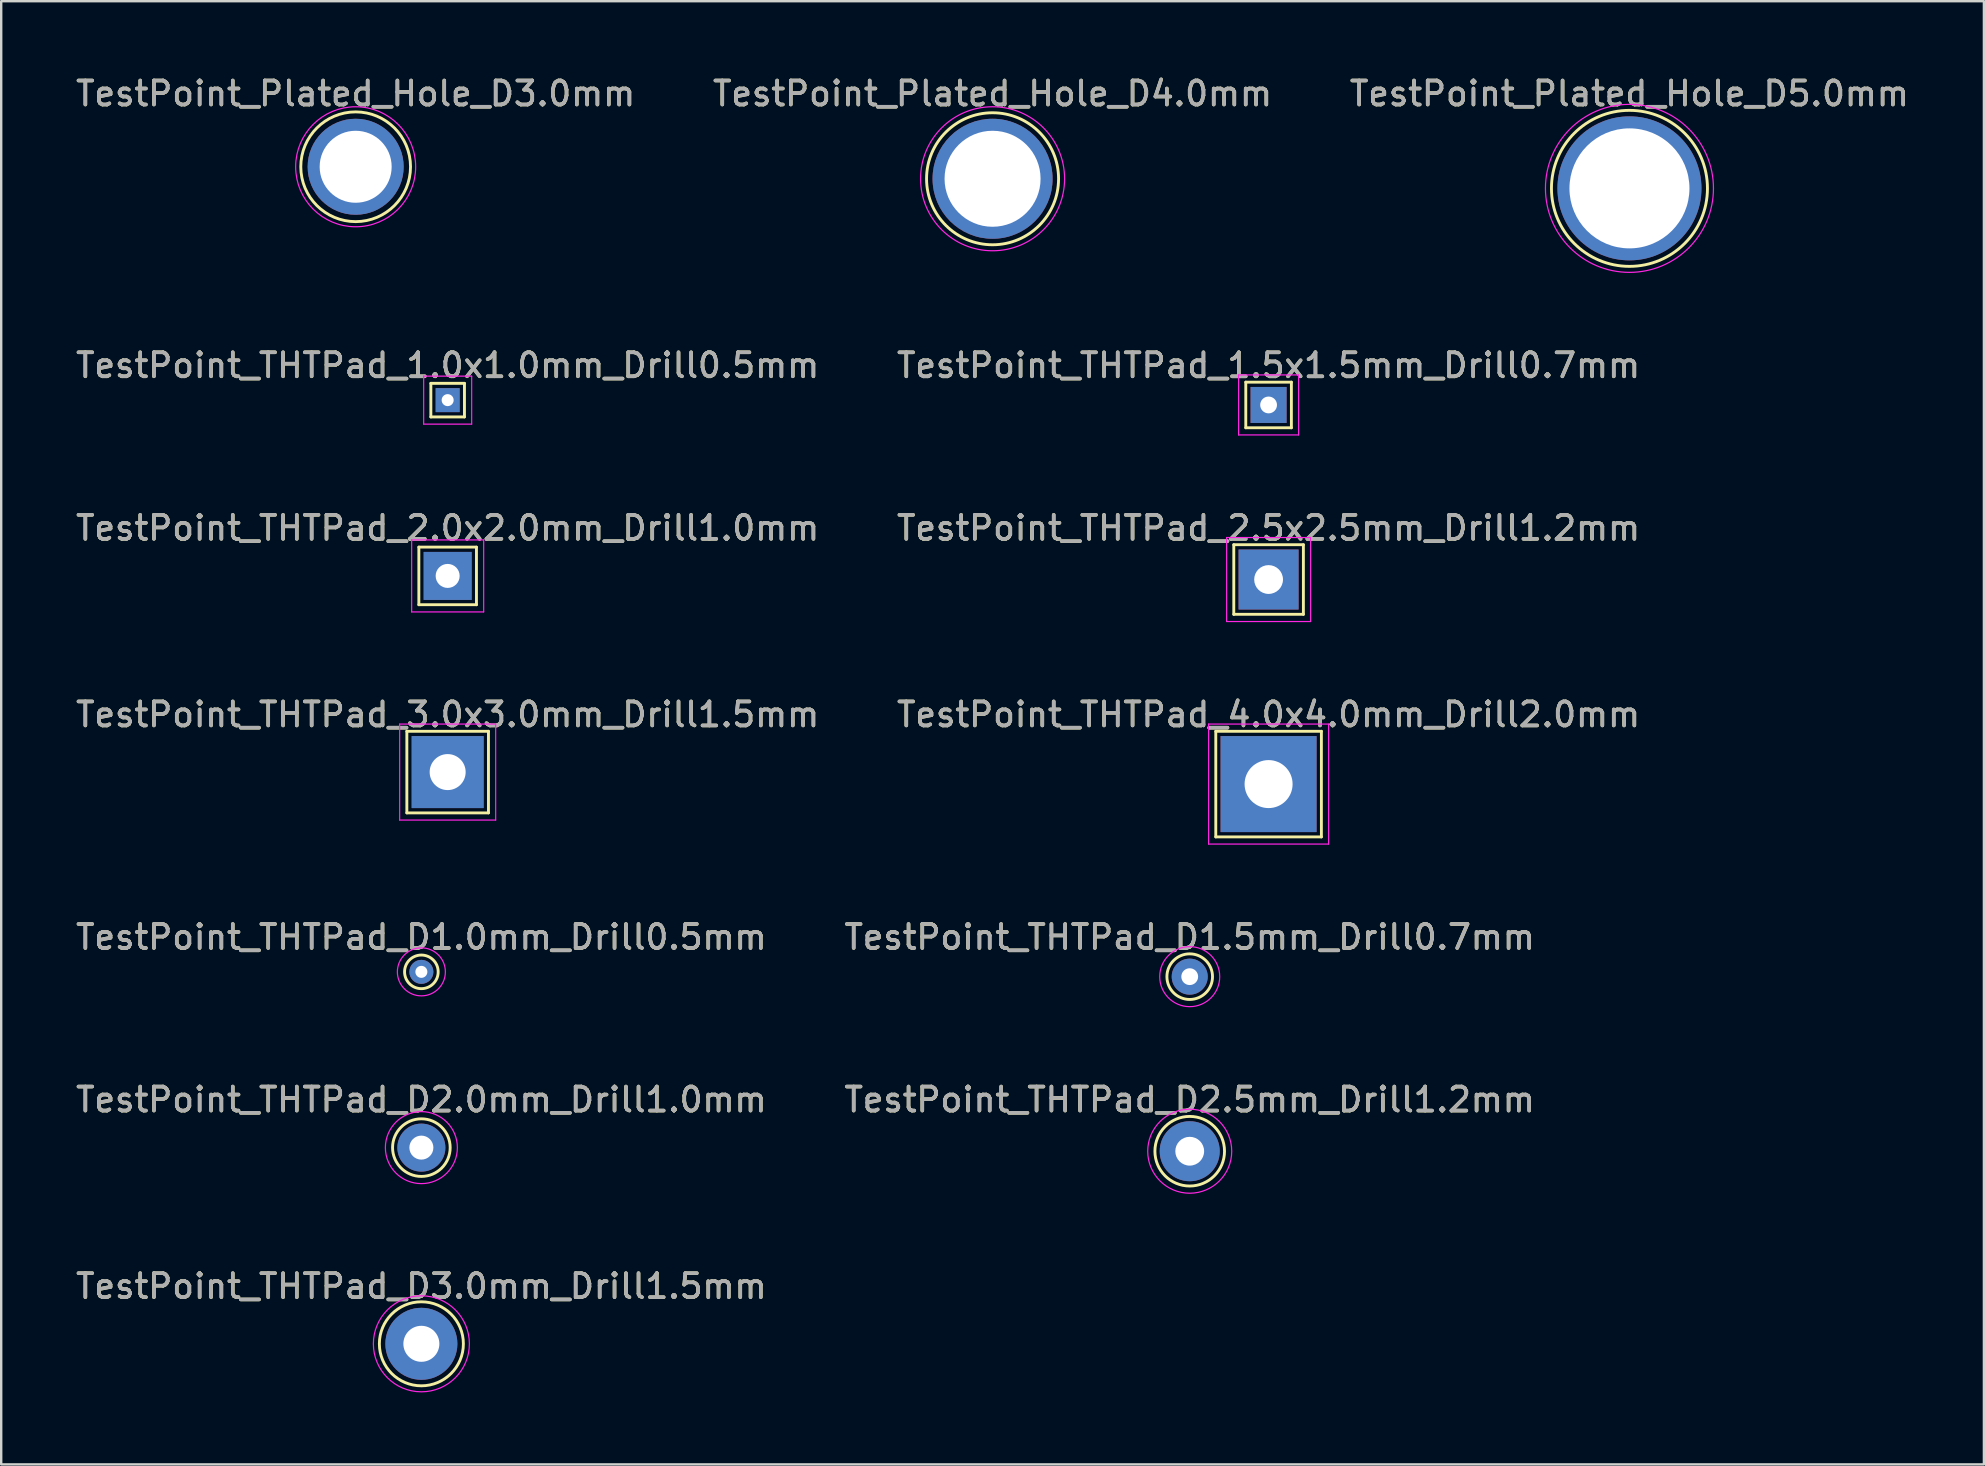
<source format=kicad_pcb>
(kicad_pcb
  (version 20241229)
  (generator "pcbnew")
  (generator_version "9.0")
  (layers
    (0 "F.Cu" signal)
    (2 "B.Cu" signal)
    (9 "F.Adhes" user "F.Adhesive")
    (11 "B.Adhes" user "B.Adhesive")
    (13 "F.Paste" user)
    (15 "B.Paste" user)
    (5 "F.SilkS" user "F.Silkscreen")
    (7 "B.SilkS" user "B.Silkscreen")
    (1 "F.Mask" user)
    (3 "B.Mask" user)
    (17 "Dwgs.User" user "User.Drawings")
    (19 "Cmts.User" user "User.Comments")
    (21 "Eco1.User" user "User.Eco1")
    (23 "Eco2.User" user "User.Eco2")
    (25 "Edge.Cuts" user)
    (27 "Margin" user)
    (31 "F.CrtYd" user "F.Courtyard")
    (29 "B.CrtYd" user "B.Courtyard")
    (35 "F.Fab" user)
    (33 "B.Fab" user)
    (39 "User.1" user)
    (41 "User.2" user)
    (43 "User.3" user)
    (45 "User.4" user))
  (footprint "TestPoint_THTPad_2.5x2.5mm_Drill1.2mm"
    (layer "F.Cu")
    (at 49.804 21.095)
    (property "Reference" "TestPoint_THTPad_2.5x2.5mm_Drill1.2mm" (at 0 -2.148 0) (layer "F.SilkS") (effects (font (size 1 1) (thickness 0.15))))
    (attr exclude_from_pos_files exclude_from_bom)
    (fp_line (start -1.45 -1.45) (end 1.45 -1.45) (stroke (width 0.12) (type solid)) (layer "F.SilkS"))
    (fp_line (start -1.45 1.45) (end -1.45 -1.45) (stroke (width 0.12) (type solid)) (layer "F.SilkS"))
    (fp_line (start 1.45 -1.45) (end 1.45 1.45) (stroke (width 0.12) (type solid)) (layer "F.SilkS"))
    (fp_line (start 1.45 1.45) (end -1.45 1.45) (stroke (width 0.12) (type solid)) (layer "F.SilkS"))
    (fp_line (start -1.75 -1.75) (end -1.75 1.75) (stroke (width 0.05) (type solid)) (layer "F.CrtYd"))
    (fp_line (start -1.75 -1.75) (end 1.75 -1.75) (stroke (width 0.05) (type solid)) (layer "F.CrtYd"))
    (fp_line (start 1.75 1.75) (end -1.75 1.75) (stroke (width 0.05) (type solid)) (layer "F.CrtYd"))
    (fp_line (start 1.75 1.75) (end 1.75 -1.75) (stroke (width 0.05) (type solid)) (layer "F.CrtYd"))
    (fp_text user "${REFERENCE}" (at 0 -2.15 0) (layer "F.Fab") (effects (font (size 1 1) (thickness 0.15))))
    (pad "1" thru_hole rect (at 0 0) (size 2.5 2.5) (drill 1.2) (layers "*.Cu" "*.Mask")))
  (footprint "TestPoint_THTPad_2.0x2.0mm_Drill1.0mm"
    (layer "F.Cu")
    (at 15.601 20.945)
    (property "Reference" "TestPoint_THTPad_2.0x2.0mm_Drill1.0mm" (at 0 -1.998 0) (layer "F.SilkS") (effects (font (size 1 1) (thickness 0.15))))
    (attr exclude_from_pos_files exclude_from_bom)
    (fp_line (start -1.2 -1.2) (end 1.2 -1.2) (stroke (width 0.12) (type solid)) (layer "F.SilkS"))
    (fp_line (start -1.2 1.2) (end -1.2 -1.2) (stroke (width 0.12) (type solid)) (layer "F.SilkS"))
    (fp_line (start 1.2 -1.2) (end 1.2 1.2) (stroke (width 0.12) (type solid)) (layer "F.SilkS"))
    (fp_line (start 1.2 1.2) (end -1.2 1.2) (stroke (width 0.12) (type solid)) (layer "F.SilkS"))
    (fp_line (start -1.5 -1.5) (end -1.5 1.5) (stroke (width 0.05) (type solid)) (layer "F.CrtYd"))
    (fp_line (start -1.5 -1.5) (end 1.5 -1.5) (stroke (width 0.05) (type solid)) (layer "F.CrtYd"))
    (fp_line (start 1.5 1.5) (end -1.5 1.5) (stroke (width 0.05) (type solid)) (layer "F.CrtYd"))
    (fp_line (start 1.5 1.5) (end 1.5 -1.5) (stroke (width 0.05) (type solid)) (layer "F.CrtYd"))
    (fp_text user "${REFERENCE}" (at 0 -2 0) (layer "F.Fab") (effects (font (size 1 1) (thickness 0.15))))
    (pad "1" thru_hole rect (at 0 0) (size 2 2) (drill 1) (layers "*.Cu" "*.Mask")))
  (footprint "TestPoint_THTPad_D2.0mm_Drill1.0mm"
    (layer "F.Cu")
    (at 14.506 44.764)
    (property "Reference" "TestPoint_THTPad_D2.0mm_Drill1.0mm" (at 0 -1.998 0) (layer "F.SilkS") (effects (font (size 1 1) (thickness 0.15))))
    (attr exclude_from_pos_files exclude_from_bom)
    (fp_circle (center 0 0) (end 0 1.2) (stroke (width 0.12) (type solid)) (fill no) (layer "F.SilkS"))
    (fp_circle (center 0 0) (end 1.5 0) (stroke (width 0.05) (type solid)) (fill no) (layer "F.CrtYd"))
    (fp_text user "${REFERENCE}" (at 0 -2 0) (layer "F.Fab") (effects (font (size 1 1) (thickness 0.15))))
    (pad "1" thru_hole circle (at 0 0) (size 2 2) (drill 1) (layers "*.Cu" "*.Mask")))
  (footprint "TestPoint_THTPad_1.0x1.0mm_Drill0.5mm"
    (layer "F.Cu")
    (at 15.601 13.621)
    (property "Reference" "TestPoint_THTPad_1.0x1.0mm_Drill0.5mm" (at 0 -1.448 0) (layer "F.SilkS") (effects (font (size 1 1) (thickness 0.15))))
    (attr exclude_from_pos_files exclude_from_bom)
    (fp_line (start -0.7 -0.7) (end 0.7 -0.7) (stroke (width 0.12) (type solid)) (layer "F.SilkS"))
    (fp_line (start -0.7 0.7) (end -0.7 -0.7) (stroke (width 0.12) (type solid)) (layer "F.SilkS"))
    (fp_line (start 0.7 -0.7) (end 0.7 0.7) (stroke (width 0.12) (type solid)) (layer "F.SilkS"))
    (fp_line (start 0.7 0.7) (end -0.7 0.7) (stroke (width 0.12) (type solid)) (layer "F.SilkS"))
    (fp_line (start -1 -1) (end -1 1) (stroke (width 0.05) (type solid)) (layer "F.CrtYd"))
    (fp_line (start -1 -1) (end 1 -1) (stroke (width 0.05) (type solid)) (layer "F.CrtYd"))
    (fp_line (start 1 1) (end -1 1) (stroke (width 0.05) (type solid)) (layer "F.CrtYd"))
    (fp_line (start 1 1) (end 1 -1) (stroke (width 0.05) (type solid)) (layer "F.CrtYd"))
    (fp_text user "${REFERENCE}" (at 0 -1.45 0) (layer "F.Fab") (effects (font (size 1 1) (thickness 0.15))))
    (pad "1" thru_hole rect (at 0 0) (size 1 1) (drill 0.5) (layers "*.Cu" "*.Mask")))
  (footprint "TestPoint_THTPad_1.5x1.5mm_Drill0.7mm"
    (layer "F.Cu")
    (at 49.804 13.822)
    (property "Reference" "TestPoint_THTPad_1.5x1.5mm_Drill0.7mm" (at 0 -1.648 0) (layer "F.SilkS") (effects (font (size 1 1) (thickness 0.15))))
    (attr exclude_from_pos_files exclude_from_bom)
    (fp_line (start -0.95 -0.95) (end 0.95 -0.95) (stroke (width 0.12) (type solid)) (layer "F.SilkS"))
    (fp_line (start -0.95 0.95) (end -0.95 -0.95) (stroke (width 0.12) (type solid)) (layer "F.SilkS"))
    (fp_line (start 0.95 -0.95) (end 0.95 0.95) (stroke (width 0.12) (type solid)) (layer "F.SilkS"))
    (fp_line (start 0.95 0.95) (end -0.95 0.95) (stroke (width 0.12) (type solid)) (layer "F.SilkS"))
    (fp_line (start -1.25 -1.25) (end -1.25 1.25) (stroke (width 0.05) (type solid)) (layer "F.CrtYd"))
    (fp_line (start -1.25 -1.25) (end 1.25 -1.25) (stroke (width 0.05) (type solid)) (layer "F.CrtYd"))
    (fp_line (start 1.25 1.25) (end -1.25 1.25) (stroke (width 0.05) (type solid)) (layer "F.CrtYd"))
    (fp_line (start 1.25 1.25) (end 1.25 -1.25) (stroke (width 0.05) (type solid)) (layer "F.CrtYd"))
    (fp_text user "${REFERENCE}" (at 0 -1.65 0) (layer "F.Fab") (effects (font (size 1 1) (thickness 0.15))))
    (pad "1" thru_hole rect (at 0 0) (size 1.5 1.5) (drill 0.7) (layers "*.Cu" "*.Mask")))
  (footprint "TestPoint_THTPad_3.0x3.0mm_Drill1.5mm"
    (layer "F.Cu")
    (at 15.601 29.118)
    (property "Reference" "TestPoint_THTPad_3.0x3.0mm_Drill1.5mm" (at 0 -2.398 0) (layer "F.SilkS") (effects (font (size 1 1) (thickness 0.15))))
    (attr exclude_from_pos_files exclude_from_bom)
    (fp_line (start -1.7 -1.7) (end 1.7 -1.7) (stroke (width 0.12) (type solid)) (layer "F.SilkS"))
    (fp_line (start -1.7 1.7) (end -1.7 -1.7) (stroke (width 0.12) (type solid)) (layer "F.SilkS"))
    (fp_line (start 1.7 -1.7) (end 1.7 1.7) (stroke (width 0.12) (type solid)) (layer "F.SilkS"))
    (fp_line (start 1.7 1.7) (end -1.7 1.7) (stroke (width 0.12) (type solid)) (layer "F.SilkS"))
    (fp_line (start -2 -2) (end -2 2) (stroke (width 0.05) (type solid)) (layer "F.CrtYd"))
    (fp_line (start -2 -2) (end 2 -2) (stroke (width 0.05) (type solid)) (layer "F.CrtYd"))
    (fp_line (start 2 2) (end -2 2) (stroke (width 0.05) (type solid)) (layer "F.CrtYd"))
    (fp_line (start 2 2) (end 2 -2) (stroke (width 0.05) (type solid)) (layer "F.CrtYd"))
    (fp_text user "${REFERENCE}" (at 0 -2.4 0) (layer "F.Fab") (effects (font (size 1 1) (thickness 0.15))))
    (pad "1" thru_hole rect (at 0 0) (size 3 3) (drill 1.5) (layers "*.Cu" "*.Mask")))
  (footprint "TestPoint_Plated_Hole_D4.0mm"
    (layer "F.Cu")
    (at 38.304 4.398)
    (property "Reference" "TestPoint_Plated_Hole_D4.0mm" (at 0 -3.548 0) (layer "F.SilkS") (effects (font (size 1 1) (thickness 0.15))))
    (attr exclude_from_pos_files exclude_from_bom)
    (fp_circle (center 0 0) (end 0 2.75) (stroke (width 0.12) (type solid)) (fill no) (layer "F.SilkS"))
    (fp_circle (center 0 0) (end 3 0) (stroke (width 0.05) (type solid)) (fill no) (layer "F.CrtYd"))
    (fp_text user "${REFERENCE}" (at 0 -3.55 0) (layer "F.Fab") (effects (font (size 1 1) (thickness 0.15))))
    (pad "1" thru_hole circle (at 0 0) (size 5 5) (drill 4) (layers "*.Cu" "*.Mask")))
  (footprint "TestPoint_Plated_Hole_D5.0mm"
    (layer "F.Cu")
    (at 64.839 4.798)
    (property "Reference" "TestPoint_Plated_Hole_D5.0mm" (at 0 -3.948 0) (layer "F.SilkS") (effects (font (size 1 1) (thickness 0.15))))
    (attr exclude_from_pos_files exclude_from_bom)
    (fp_circle (center 0 0) (end 0 3.25) (stroke (width 0.12) (type solid)) (fill no) (layer "F.SilkS"))
    (fp_circle (center 0 0) (end 3.5 0) (stroke (width 0.05) (type solid)) (fill no) (layer "F.CrtYd"))
    (fp_text user "${REFERENCE}" (at 0 -3.95 0) (layer "F.Fab") (effects (font (size 1 1) (thickness 0.15))))
    (pad "1" thru_hole circle (at 0 0) (size 6 6) (drill 5) (layers "*.Cu" "*.Mask")))
  (footprint "TestPoint_THTPad_4.0x4.0mm_Drill2.0mm"
    (layer "F.Cu")
    (at 49.804 29.618)
    (property "Reference" "TestPoint_THTPad_4.0x4.0mm_Drill2.0mm" (at 0 -2.898 0) (layer "F.SilkS") (effects (font (size 1 1) (thickness 0.15))))
    (attr exclude_from_pos_files exclude_from_bom)
    (fp_line (start -2.2 -2.2) (end 2.2 -2.2) (stroke (width 0.12) (type solid)) (layer "F.SilkS"))
    (fp_line (start -2.2 2.2) (end -2.2 -2.2) (stroke (width 0.12) (type solid)) (layer "F.SilkS"))
    (fp_line (start 2.2 -2.2) (end 2.2 2.2) (stroke (width 0.12) (type solid)) (layer "F.SilkS"))
    (fp_line (start 2.2 2.2) (end -2.2 2.2) (stroke (width 0.12) (type solid)) (layer "F.SilkS"))
    (fp_line (start -2.5 -2.5) (end -2.5 2.5) (stroke (width 0.05) (type solid)) (layer "F.CrtYd"))
    (fp_line (start -2.5 -2.5) (end 2.5 -2.5) (stroke (width 0.05) (type solid)) (layer "F.CrtYd"))
    (fp_line (start 2.5 2.5) (end -2.5 2.5) (stroke (width 0.05) (type solid)) (layer "F.CrtYd"))
    (fp_line (start 2.5 2.5) (end 2.5 -2.5) (stroke (width 0.05) (type solid)) (layer "F.CrtYd"))
    (fp_text user "${REFERENCE}" (at 0 -2.9 0) (layer "F.Fab") (effects (font (size 1 1) (thickness 0.15))))
    (pad "1" thru_hole rect (at 0 0) (size 4 4) (drill 2) (layers "*.Cu" "*.Mask")))
  (footprint "TestPoint_THTPad_D2.5mm_Drill1.2mm"
    (layer "F.Cu")
    (at 46.518 44.914)
    (property "Reference" "TestPoint_THTPad_D2.5mm_Drill1.2mm" (at 0 -2.148 0) (layer "F.SilkS") (effects (font (size 1 1) (thickness 0.15))))
    (attr exclude_from_pos_files exclude_from_bom)
    (fp_circle (center 0 0) (end 0 1.45) (stroke (width 0.12) (type solid)) (fill no) (layer "F.SilkS"))
    (fp_circle (center 0 0) (end 1.75 0) (stroke (width 0.05) (type solid)) (fill no) (layer "F.CrtYd"))
    (fp_text user "${REFERENCE}" (at 0 -2.15 0) (layer "F.Fab") (effects (font (size 1 1) (thickness 0.15))))
    (pad "1" thru_hole circle (at 0 0) (size 2.5 2.5) (drill 1.2) (layers "*.Cu" "*.Mask")))
  (footprint "TestPoint_THTPad_D1.0mm_Drill0.5mm"
    (layer "F.Cu")
    (at 14.506 37.441)
    (property "Reference" "TestPoint_THTPad_D1.0mm_Drill0.5mm" (at 0 -1.448 0) (layer "F.SilkS") (effects (font (size 1 1) (thickness 0.15))))
    (attr exclude_from_pos_files exclude_from_bom)
    (fp_circle (center 0 0) (end 0 0.7) (stroke (width 0.12) (type solid)) (fill no) (layer "F.SilkS"))
    (fp_circle (center 0 0) (end 1 0) (stroke (width 0.05) (type solid)) (fill no) (layer "F.CrtYd"))
    (fp_text user "${REFERENCE}" (at 0 -1.45 0) (layer "F.Fab") (effects (font (size 1 1) (thickness 0.15))))
    (pad "1" thru_hole circle (at 0 0) (size 1 1) (drill 0.5) (layers "*.Cu" "*.Mask")))
  (footprint "TestPoint_Plated_Hole_D3.0mm"
    (layer "F.Cu")
    (at 11.768 3.898)
    (property "Reference" "TestPoint_Plated_Hole_D3.0mm" (at 0 -3.048 0) (layer "F.SilkS") (effects (font (size 1 1) (thickness 0.15))))
    (attr exclude_from_pos_files exclude_from_bom)
    (fp_circle (center 0 0) (end 0 -2.286) (stroke (width 0.12) (type solid)) (fill no) (layer "F.SilkS"))
    (fp_circle (center 0 0) (end 2.5 0) (stroke (width 0.05) (type solid)) (fill no) (layer "F.CrtYd"))
    (fp_text user "${REFERENCE}" (at 0 -3.05 0) (layer "F.Fab") (effects (font (size 1 1) (thickness 0.15))))
    (pad "1" thru_hole circle (at 0 0) (size 4 4) (drill 3) (layers "*.Cu" "*.Mask")))
  (footprint "TestPoint_THTPad_D1.5mm_Drill0.7mm"
    (layer "F.Cu")
    (at 46.518 37.641)
    (property "Reference" "TestPoint_THTPad_D1.5mm_Drill0.7mm" (at 0 -1.648 0) (layer "F.SilkS") (effects (font (size 1 1) (thickness 0.15))))
    (attr exclude_from_pos_files exclude_from_bom)
    (fp_circle (center 0 0) (end 0 0.95) (stroke (width 0.12) (type solid)) (fill no) (layer "F.SilkS"))
    (fp_circle (center 0 0) (end 1.25 0) (stroke (width 0.05) (type solid)) (fill no) (layer "F.CrtYd"))
    (fp_text user "${REFERENCE}" (at 0 -1.65 0) (layer "F.Fab") (effects (font (size 1 1) (thickness 0.15))))
    (pad "1" thru_hole circle (at 0 0) (size 1.5 1.5) (drill 0.7) (layers "*.Cu" "*.Mask")))
  (footprint "TestPoint_THTPad_D3.0mm_Drill1.5mm"
    (layer "F.Cu")
    (at 14.506 52.938)
    (property "Reference" "TestPoint_THTPad_D3.0mm_Drill1.5mm" (at 0 -2.398 0) (layer "F.SilkS") (effects (font (size 1 1) (thickness 0.15))))
    (attr exclude_from_pos_files exclude_from_bom)
    (fp_circle (center 0 0) (end 0 1.75) (stroke (width 0.12) (type solid)) (fill no) (layer "F.SilkS"))
    (fp_circle (center 0 0) (end 2 0) (stroke (width 0.05) (type solid)) (fill no) (layer "F.CrtYd"))
    (fp_text user "${REFERENCE}" (at 0 -2.4 0) (layer "F.Fab") (effects (font (size 1 1) (thickness 0.15))))
    (pad "1" thru_hole circle (at 0 0) (size 3 3) (drill 1.5) (layers "*.Cu" "*.Mask")))
  (gr_rect
    (start -3 -3)
    (end 79.607 57.963)
    (stroke (width 0.1) (type default))
    (fill no)
    (layer "Edge.Cuts")))
</source>
